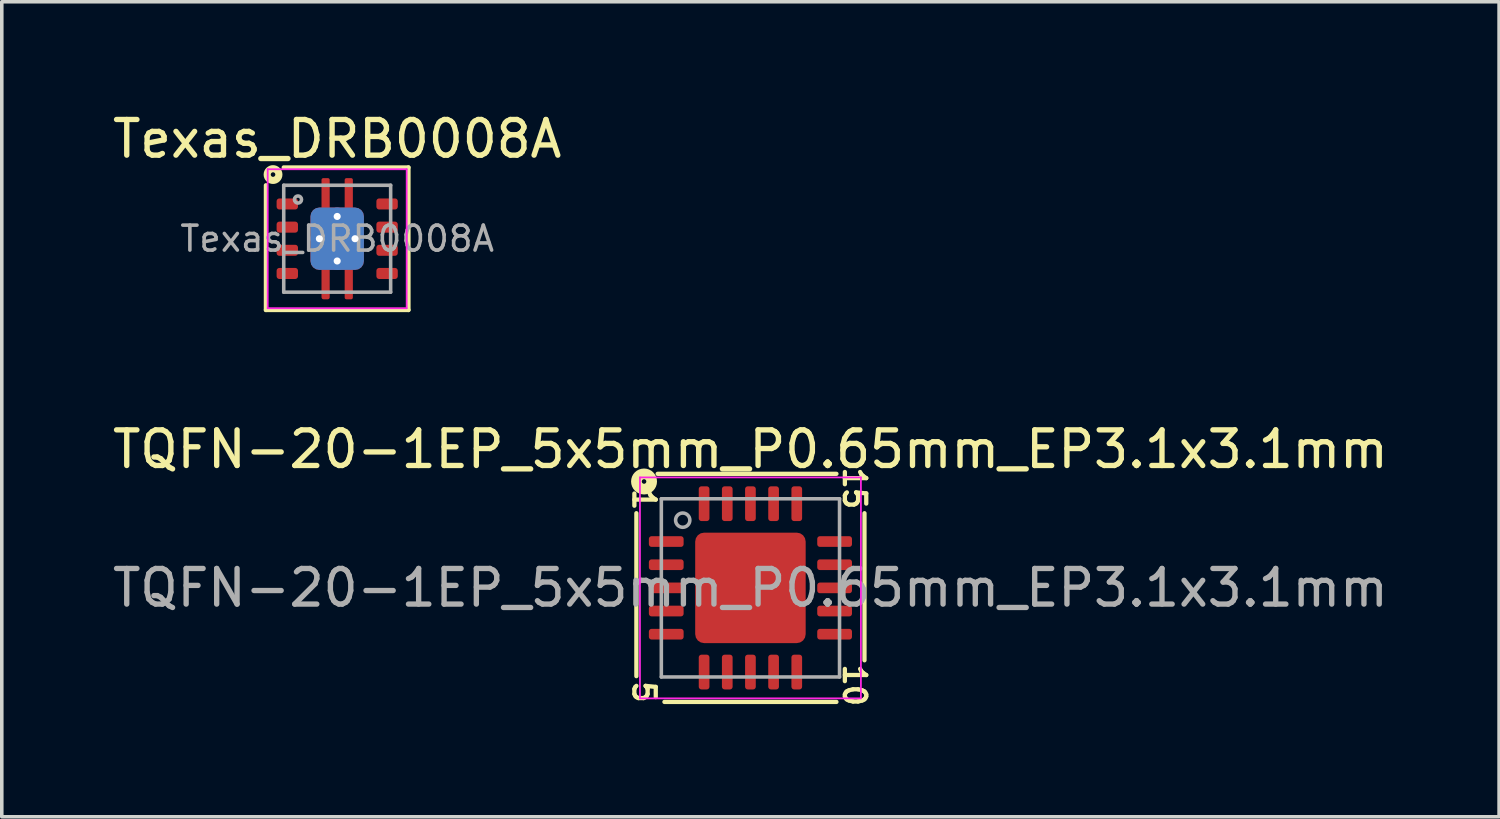
<source format=kicad_pcb>
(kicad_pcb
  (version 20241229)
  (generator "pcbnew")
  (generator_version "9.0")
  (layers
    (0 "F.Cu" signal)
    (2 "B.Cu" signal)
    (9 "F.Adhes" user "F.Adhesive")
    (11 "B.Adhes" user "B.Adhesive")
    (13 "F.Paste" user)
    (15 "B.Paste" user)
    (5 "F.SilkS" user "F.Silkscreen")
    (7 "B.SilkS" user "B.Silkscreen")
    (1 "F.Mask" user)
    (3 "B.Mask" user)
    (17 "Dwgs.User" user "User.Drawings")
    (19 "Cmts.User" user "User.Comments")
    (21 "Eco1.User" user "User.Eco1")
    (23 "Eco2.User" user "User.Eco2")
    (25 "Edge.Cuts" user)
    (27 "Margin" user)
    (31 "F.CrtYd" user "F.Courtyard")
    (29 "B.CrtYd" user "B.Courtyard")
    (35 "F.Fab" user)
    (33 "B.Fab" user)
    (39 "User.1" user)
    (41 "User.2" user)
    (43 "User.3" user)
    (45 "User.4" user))
  (footprint "Texas_DRB0008A"
    (layer "F.Cu")
    (at 6.411 3.648)
    (property "Reference" "Texas_DRB0008A" (at 0 -2.8 0) (layer "F.SilkS") (effects (font (size 1 1) (thickness 0.15))))
    (attr smd)
    (fp_line (start -2 -1.5) (end -2 2) (stroke (width 0.12) (type solid)) (layer "F.SilkS"))
    (fp_line (start -2 2) (end 2 2) (stroke (width 0.12) (type solid)) (layer "F.SilkS"))
    (fp_line (start 2 -2) (end -1.5 -2) (stroke (width 0.12) (type solid)) (layer "F.SilkS"))
    (fp_line (start 2 2) (end 2 -2) (stroke (width 0.12) (type solid)) (layer "F.SilkS"))
    (fp_circle (center -1.8 -1.8) (end -1.736 -1.8) (stroke (width 0.2) (type solid)) (fill no) (layer "F.SilkS"))
    (fp_line (start -1.95 -1.95) (end -1.95 1.95) (stroke (width 0.05) (type solid)) (layer "F.CrtYd"))
    (fp_line (start -1.95 -1.95) (end 1.95 -1.95) (stroke (width 0.05) (type solid)) (layer "F.CrtYd"))
    (fp_line (start -1.95 1.95) (end 1.95 1.95) (stroke (width 0.05) (type solid)) (layer "F.CrtYd"))
    (fp_line (start 1.95 -1.95) (end 1.95 1.95) (stroke (width 0.05) (type solid)) (layer "F.CrtYd"))
    (fp_line (start -1.5 -1.5) (end -1.5 1.5) (stroke (width 0.1) (type solid)) (layer "F.Fab"))
    (fp_line (start -1.5 -1.5) (end 1.5 -1.5) (stroke (width 0.1) (type solid)) (layer "F.Fab"))
    (fp_line (start -1.5 1.5) (end 1.5 1.5) (stroke (width 0.1) (type solid)) (layer "F.Fab"))
    (fp_line (start 1.5 -1.5) (end 1.5 1.5) (stroke (width 0.1) (type solid)) (layer "F.Fab"))
    (fp_circle (center -1.1 -1.1) (end -1 -1.1) (stroke (width 0.1) (type solid)) (fill no) (layer "F.Fab"))
    (fp_text user "${REFERENCE}" (at 0 0 0) (layer "F.Fab") (effects (font (size 0.7 0.7) (thickness 0.1))))
    (pad "" smd roundrect (at -0.325 -1.337) (size 0.23 0.725) (layers "F.Paste") (roundrect_rratio 0.25))
    (pad "" smd roundrect (at -0.325 1.337) (size 0.23 0.725) (layers "F.Paste") (roundrect_rratio 0.22))
    (pad "" smd roundrect (at 0 0) (size 1.34 1.55) (layers "F.Paste") (roundrect_rratio 0.187))
    (pad "" smd roundrect (at 0.325 -1.337) (size 0.23 0.725) (layers "F.Paste") (roundrect_rratio 0.25))
    (pad "" smd roundrect (at 0.325 1.337) (size 0.23 0.725) (layers "F.Paste") (roundrect_rratio 0.25))
    (pad "1" smd roundrect (at -1.4 -0.975) (size 0.6 0.31) (layers "F.Cu" "F.Mask" "F.Paste") (roundrect_rratio 0.25))
    (pad "2" smd roundrect (at -1.4 -0.325) (size 0.6 0.31) (layers "F.Cu" "F.Mask" "F.Paste") (roundrect_rratio 0.25))
    (pad "3" smd roundrect (at -1.4 0.325) (size 0.6 0.31) (layers "F.Cu" "F.Mask" "F.Paste") (roundrect_rratio 0.25))
    (pad "4" smd roundrect (at -1.4 0.975) (size 0.6 0.31) (layers "F.Cu" "F.Mask" "F.Paste") (roundrect_rratio 0.25))
    (pad "5" smd roundrect (at 1.4 0.975) (size 0.6 0.31) (layers "F.Cu" "F.Mask" "F.Paste") (roundrect_rratio 0.25))
    (pad "6" smd roundrect (at 1.4 0.325) (size 0.6 0.31) (layers "F.Cu" "F.Mask" "F.Paste") (roundrect_rratio 0.25))
    (pad "7" smd roundrect (at 1.4 -0.325) (size 0.6 0.31) (layers "F.Cu" "F.Mask" "F.Paste") (roundrect_rratio 0.25))
    (pad "8" smd roundrect (at 1.4 -0.975) (size 0.6 0.31) (layers "F.Cu" "F.Mask" "F.Paste") (roundrect_rratio 0.25))
    (pad "9" thru_hole circle (at -0.5 0) (size 0.5 0.5) (drill 0.2) (layers "*.Cu"))
    (pad "9" smd roundrect (at -0.325 -1.188) (size 0.23 1.025) (layers "F.Cu" "F.Mask") (roundrect_rratio 0.22))
    (pad "9" smd roundrect (at -0.325 1.188) (size 0.23 1.025) (layers "F.Cu" "F.Mask") (roundrect_rratio 0.25))
    (pad "9" thru_hole circle (at 0 -0.625) (size 0.5 0.5) (drill 0.2) (layers "*.Cu"))
    (pad "9" smd roundrect (at 0 0) (size 1.5 1.75) (layers "F.Cu" "F.Mask") (roundrect_rratio 0.167))
    (pad "9" smd roundrect (at 0 0) (size 1.5 1.75) (layers "B.Cu" "B.Mask") (roundrect_rratio 0.167))
    (pad "9" thru_hole circle (at 0 0.625) (size 0.5 0.5) (drill 0.2) (layers "*.Cu"))
    (pad "9" smd roundrect (at 0.325 -1.188) (size 0.23 1.025) (layers "F.Cu" "F.Mask") (roundrect_rratio 0.22))
    (pad "9" smd roundrect (at 0.325 1.188) (size 0.23 1.025) (layers "F.Cu" "F.Mask") (roundrect_rratio 0.22))
    (pad "9" thru_hole circle (at 0.5 0) (size 0.5 0.5) (drill 0.2) (layers "*.Cu")))
  (footprint "TQFN-20-1EP_5x5mm_P0.65mm_EP3.1x3.1mm"
    (layer "F.Cu")
    (at 18.006 13.445)
    (property "Reference" "TQFN-20-1EP_5x5mm_P0.65mm_EP3.1x3.1mm" (at 0 -3.889 0) (layer "F.SilkS") (effects (font (size 1 1) (thickness 0.15))))
    (attr smd)
    (fp_line (start -3.2 -2.095) (end -3.2 2.477) (stroke (width 0.12) (type solid)) (layer "F.SilkS"))
    (fp_line (start -2.413 3.2) (end 2.413 3.2) (stroke (width 0.12) (type solid)) (layer "F.SilkS"))
    (fp_line (start 2.413 -3.2) (end -2.603 -3.2) (stroke (width 0.12) (type solid)) (layer "F.SilkS"))
    (fp_line (start 3.2 2.032) (end 3.2 -2.095) (stroke (width 0.12) (type solid)) (layer "F.SilkS"))
    (fp_circle (center -2.985 -2.985) (end -2.921 -2.985) (stroke (width 0.3) (type solid)) (fill no) (layer "F.SilkS"))
    (fp_line (start -3.1 -3.1) (end -3.1 3.1) (stroke (width 0.05) (type solid)) (layer "F.CrtYd"))
    (fp_line (start -3.1 3.1) (end 3.1 3.1) (stroke (width 0.05) (type solid)) (layer "F.CrtYd"))
    (fp_line (start 3.1 -3.1) (end -3.1 -3.1) (stroke (width 0.05) (type solid)) (layer "F.CrtYd"))
    (fp_line (start 3.1 3.1) (end 3.1 -3.1) (stroke (width 0.05) (type solid)) (layer "F.CrtYd"))
    (fp_line (start -2.5 -2.5) (end 2.5 -2.5) (stroke (width 0.1) (type solid)) (layer "F.Fab"))
    (fp_line (start -2.5 2.5) (end -2.5 -2.5) (stroke (width 0.1) (type solid)) (layer "F.Fab"))
    (fp_line (start 2.5 -2.5) (end 2.5 2.5) (stroke (width 0.1) (type solid)) (layer "F.Fab"))
    (fp_line (start 2.5 2.5) (end -2.5 2.5) (stroke (width 0.1) (type solid)) (layer "F.Fab"))
    (fp_circle (center -1.9 -1.9) (end -1.7 -1.9) (stroke (width 0.1) (type solid)) (fill no) (layer "F.Fab"))
    (fp_text user "5" (at -2.985 2.921 270) (unlocked yes) (layer "F.SilkS") (effects (font (size 0.6 0.6) (thickness 0.12))))
    (fp_text user "10" (at 2.921 2.731 270) (unlocked yes) (layer "F.SilkS") (effects (font (size 0.6 0.6) (thickness 0.12))))
    (fp_text user "1" (at -2.985 -2.477 270) (unlocked yes) (layer "F.SilkS") (effects (font (size 0.6 0.6) (thickness 0.12))))
    (fp_text user "15" (at 2.921 -2.794 270) (unlocked yes) (layer "F.SilkS") (effects (font (size 0.6 0.6) (thickness 0.12))))
    (fp_text user "${REFERENCE}" (at 0 0 0) (layer "F.Fab") (effects (font (size 1 1) (thickness 0.15))))
    (pad "" smd roundrect (at -0.775 -0.775) (size 1.25 1.25) (layers "F.Paste") (roundrect_rratio 0.2))
    (pad "" smd roundrect (at -0.775 0.775) (size 1.25 1.25) (layers "F.Paste") (roundrect_rratio 0.2))
    (pad "" smd roundrect (at 0.775 -0.775) (size 1.25 1.25) (layers "F.Paste") (roundrect_rratio 0.2))
    (pad "" smd roundrect (at 0.775 0.775) (size 1.25 1.25) (layers "F.Paste") (roundrect_rratio 0.2))
    (pad "1" smd roundrect (at -2.362 -1.3) (size 0.975 0.3) (layers "F.Cu" "F.Mask" "F.Paste") (roundrect_rratio 0.25))
    (pad "2" smd roundrect (at -2.362 -0.65) (size 0.975 0.3) (layers "F.Cu" "F.Mask" "F.Paste") (roundrect_rratio 0.25))
    (pad "3" smd roundrect (at -2.362 0) (size 0.975 0.3) (layers "F.Cu" "F.Mask" "F.Paste") (roundrect_rratio 0.25))
    (pad "4" smd roundrect (at -2.362 0.65) (size 0.975 0.3) (layers "F.Cu" "F.Mask" "F.Paste") (roundrect_rratio 0.25))
    (pad "5" smd roundrect (at -2.362 1.3) (size 0.975 0.3) (layers "F.Cu" "F.Mask" "F.Paste") (roundrect_rratio 0.25))
    (pad "6" smd roundrect (at -1.3 2.362) (size 0.3 0.975) (layers "F.Cu" "F.Mask" "F.Paste") (roundrect_rratio 0.25))
    (pad "7" smd roundrect (at -0.65 2.362) (size 0.3 0.975) (layers "F.Cu" "F.Mask" "F.Paste") (roundrect_rratio 0.25))
    (pad "8" smd roundrect (at 0 2.362) (size 0.3 0.975) (layers "F.Cu" "F.Mask" "F.Paste") (roundrect_rratio 0.25))
    (pad "9" smd roundrect (at 0.65 2.362) (size 0.3 0.975) (layers "F.Cu" "F.Mask" "F.Paste") (roundrect_rratio 0.25))
    (pad "10" smd roundrect (at 1.3 2.362) (size 0.3 0.975) (layers "F.Cu" "F.Mask" "F.Paste") (roundrect_rratio 0.25))
    (pad "11" smd roundrect (at 2.362 1.3) (size 0.975 0.3) (layers "F.Cu" "F.Mask" "F.Paste") (roundrect_rratio 0.25))
    (pad "12" smd roundrect (at 2.362 0.65) (size 0.975 0.3) (layers "F.Cu" "F.Mask" "F.Paste") (roundrect_rratio 0.25))
    (pad "13" smd roundrect (at 2.362 0) (size 0.975 0.3) (layers "F.Cu" "F.Mask" "F.Paste") (roundrect_rratio 0.25))
    (pad "14" smd roundrect (at 2.362 -0.65) (size 0.975 0.3) (layers "F.Cu" "F.Mask" "F.Paste") (roundrect_rratio 0.25))
    (pad "15" smd roundrect (at 2.362 -1.3) (size 0.975 0.3) (layers "F.Cu" "F.Mask" "F.Paste") (roundrect_rratio 0.25))
    (pad "16" smd roundrect (at 1.3 -2.362) (size 0.3 0.975) (layers "F.Cu" "F.Mask" "F.Paste") (roundrect_rratio 0.25))
    (pad "17" smd roundrect (at 0.65 -2.362) (size 0.3 0.975) (layers "F.Cu" "F.Mask" "F.Paste") (roundrect_rratio 0.25))
    (pad "18" smd roundrect (at 0 -2.362) (size 0.3 0.975) (layers "F.Cu" "F.Mask" "F.Paste") (roundrect_rratio 0.25))
    (pad "19" smd roundrect (at -0.65 -2.362) (size 0.3 0.975) (layers "F.Cu" "F.Mask" "F.Paste") (roundrect_rratio 0.25))
    (pad "20" smd roundrect (at -1.3 -2.362) (size 0.3 0.975) (layers "F.Cu" "F.Mask" "F.Paste") (roundrect_rratio 0.25))
    (pad "21" smd roundrect (at 0 0) (size 3.1 3.1) (layers "F.Cu" "F.Mask") (roundrect_rratio 0.081)))
  (gr_rect
    (start -3 -3)
    (end 39.012 19.867)
    (stroke (width 0.1) (type default))
    (fill no)
    (layer "Edge.Cuts")))
</source>
